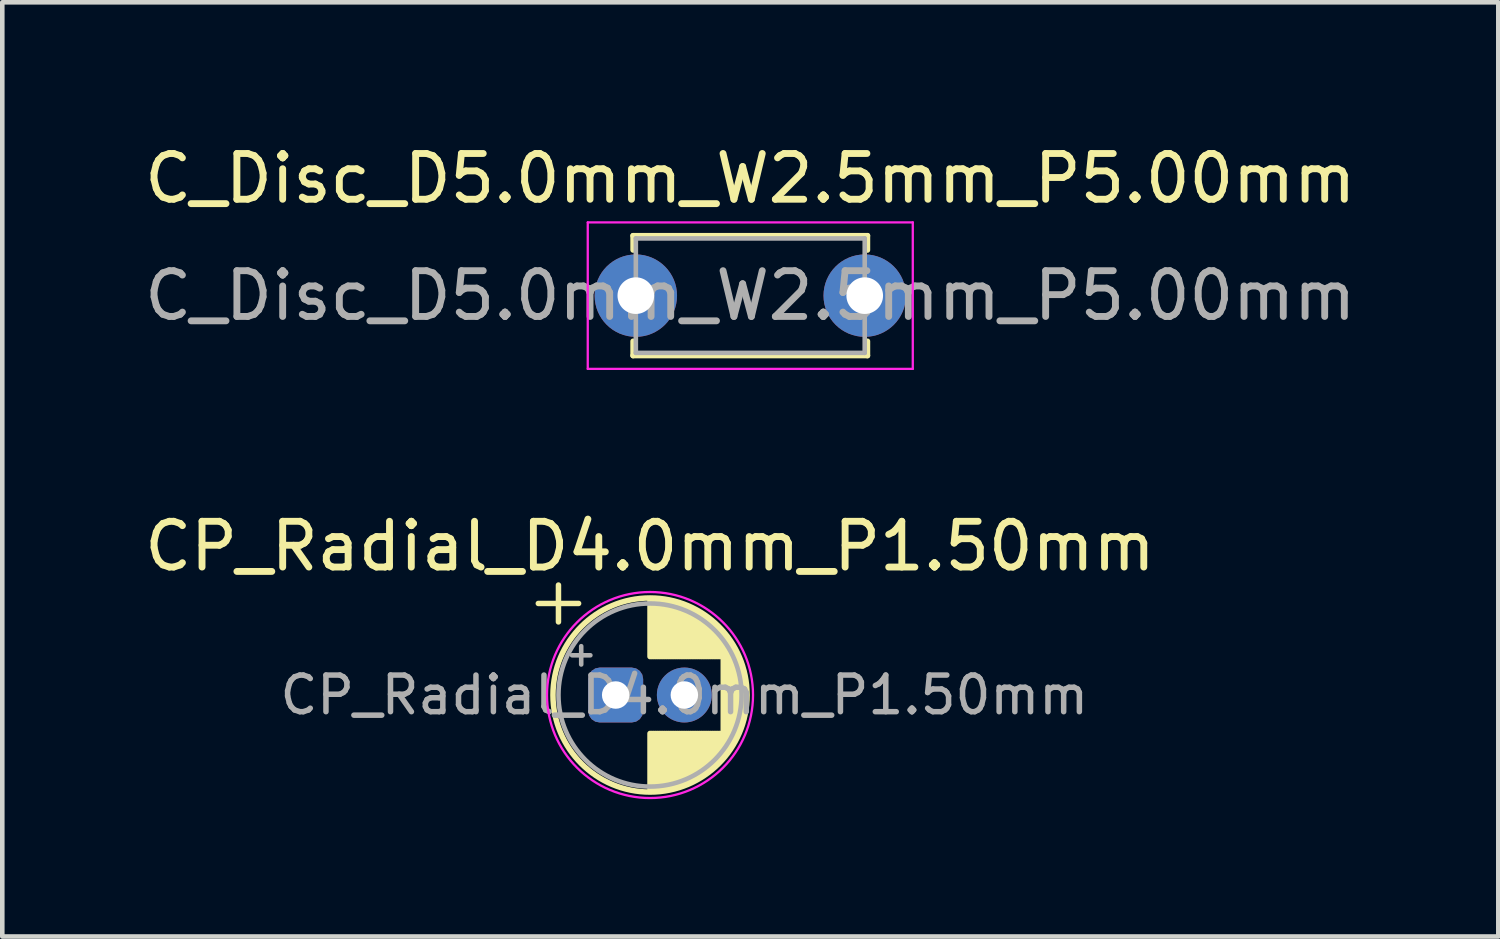
<source format=kicad_pcb>
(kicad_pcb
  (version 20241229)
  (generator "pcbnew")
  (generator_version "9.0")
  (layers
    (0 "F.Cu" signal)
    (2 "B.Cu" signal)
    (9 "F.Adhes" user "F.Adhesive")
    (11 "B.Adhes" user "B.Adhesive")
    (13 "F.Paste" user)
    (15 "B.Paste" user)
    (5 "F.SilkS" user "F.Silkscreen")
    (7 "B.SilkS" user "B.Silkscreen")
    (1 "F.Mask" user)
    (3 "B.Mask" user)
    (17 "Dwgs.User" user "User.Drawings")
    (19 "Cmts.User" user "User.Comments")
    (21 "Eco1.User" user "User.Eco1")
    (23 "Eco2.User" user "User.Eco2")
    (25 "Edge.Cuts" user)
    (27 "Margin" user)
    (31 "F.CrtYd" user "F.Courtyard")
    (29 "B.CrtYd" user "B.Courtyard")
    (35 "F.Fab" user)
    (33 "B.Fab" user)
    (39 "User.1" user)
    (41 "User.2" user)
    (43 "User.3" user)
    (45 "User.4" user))
  (footprint "C_Disc_D5.0mm_W2.5mm_P5.00mm"
    (layer "F.Cu")
    (at 10.839 3.408)
    (property "Reference" "C_Disc_D5.0mm_W2.5mm_P5.00mm" (at 2.5 -2.56 0) (layer "F.SilkS") (effects (font (size 1 1) (thickness 0.15))))
    (attr through_hole)
    (fp_line (start -0.06 -1.31) (end -0.06 -0.996) (stroke (width 0.12) (type solid)) (layer "F.SilkS"))
    (fp_line (start -0.06 -1.31) (end 5.06 -1.31) (stroke (width 0.12) (type solid)) (layer "F.SilkS"))
    (fp_line (start -0.06 0.996) (end -0.06 1.31) (stroke (width 0.12) (type solid)) (layer "F.SilkS"))
    (fp_line (start -0.06 1.31) (end 5.06 1.31) (stroke (width 0.12) (type solid)) (layer "F.SilkS"))
    (fp_line (start 5.06 -1.31) (end 5.06 -0.996) (stroke (width 0.12) (type solid)) (layer "F.SilkS"))
    (fp_line (start 5.06 0.996) (end 5.06 1.31) (stroke (width 0.12) (type solid)) (layer "F.SilkS"))
    (fp_line (start -1.05 -1.6) (end -1.05 1.6) (stroke (width 0.05) (type solid)) (layer "F.CrtYd"))
    (fp_line (start -1.05 1.6) (end 6.05 1.6) (stroke (width 0.05) (type solid)) (layer "F.CrtYd"))
    (fp_line (start 6.05 -1.6) (end -1.05 -1.6) (stroke (width 0.05) (type solid)) (layer "F.CrtYd"))
    (fp_line (start 6.05 1.6) (end 6.05 -1.6) (stroke (width 0.05) (type solid)) (layer "F.CrtYd"))
    (fp_line (start 0 -1.25) (end 0 1.25) (stroke (width 0.1) (type solid)) (layer "F.Fab"))
    (fp_line (start 0 1.25) (end 5 1.25) (stroke (width 0.1) (type solid)) (layer "F.Fab"))
    (fp_line (start 5 -1.25) (end 0 -1.25) (stroke (width 0.1) (type solid)) (layer "F.Fab"))
    (fp_line (start 5 1.25) (end 5 -1.25) (stroke (width 0.1) (type solid)) (layer "F.Fab"))
    (fp_text user "${REFERENCE}" (at 2.5 0 0) (layer "F.Fab") (effects (font (size 1 1) (thickness 0.15))))
    (pad "1" thru_hole circle (at 0 0) (size 1.8 1.8) (drill 0.8) (layers "*.Cu" "*.Mask"))
    (pad "2" thru_hole circle (at 5 0) (size 1.8 1.8) (drill 0.8) (layers "*.Cu" "*.Mask")))
  (footprint "CP_Radial_D4.0mm_P1.50mm"
    (layer "F.Cu")
    (at 11.149 12.132)
    (property "Reference" "CP_Radial_D4.0mm_P1.50mm" (at 0 -3.25 0) (layer "F.SilkS") (effects (font (size 1 1) (thickness 0.15))))
    (attr through_hole)
    (fp_line (start -2.44 -2) (end -1.56 -2) (stroke (width 0.12) (type solid)) (layer "F.SilkS"))
    (fp_line (start -2 -2.402) (end -2 -1.597) (stroke (width 0.12) (type solid)) (layer "F.SilkS"))
    (fp_line (start 0 -2.08) (end 0 -0.84) (stroke (width 0.12) (type solid)) (layer "F.SilkS"))
    (fp_line (start 0 0.84) (end 0 2.08) (stroke (width 0.12) (type solid)) (layer "F.SilkS"))
    (fp_line (start 0.04 -2.08) (end 0.04 -0.84) (stroke (width 0.12) (type solid)) (layer "F.SilkS"))
    (fp_line (start 0.04 0.84) (end 0.04 2.08) (stroke (width 0.12) (type solid)) (layer "F.SilkS"))
    (fp_line (start 0.08 -2.078) (end 0.08 -0.84) (stroke (width 0.12) (type solid)) (layer "F.SilkS"))
    (fp_line (start 0.08 0.84) (end 0.08 2.078) (stroke (width 0.12) (type solid)) (layer "F.SilkS"))
    (fp_line (start 0.12 -2.077) (end 0.12 -0.84) (stroke (width 0.12) (type solid)) (layer "F.SilkS"))
    (fp_line (start 0.12 0.84) (end 0.12 2.077) (stroke (width 0.12) (type solid)) (layer "F.SilkS"))
    (fp_line (start 0.16 -2.074) (end 0.16 -0.84) (stroke (width 0.12) (type solid)) (layer "F.SilkS"))
    (fp_line (start 0.16 0.84) (end 0.16 2.074) (stroke (width 0.12) (type solid)) (layer "F.SilkS"))
    (fp_line (start 0.2 -2.071) (end 0.2 -0.84) (stroke (width 0.12) (type solid)) (layer "F.SilkS"))
    (fp_line (start 0.2 0.84) (end 0.2 2.071) (stroke (width 0.12) (type solid)) (layer "F.SilkS"))
    (fp_line (start 0.24 -2.066) (end 0.24 -0.84) (stroke (width 0.12) (type solid)) (layer "F.SilkS"))
    (fp_line (start 0.24 0.84) (end 0.24 2.066) (stroke (width 0.12) (type solid)) (layer "F.SilkS"))
    (fp_line (start 0.28 -2.061) (end 0.28 -0.84) (stroke (width 0.12) (type solid)) (layer "F.SilkS"))
    (fp_line (start 0.28 0.84) (end 0.28 2.061) (stroke (width 0.12) (type solid)) (layer "F.SilkS"))
    (fp_line (start 0.32 -2.056) (end 0.32 -0.84) (stroke (width 0.12) (type solid)) (layer "F.SilkS"))
    (fp_line (start 0.32 0.84) (end 0.32 2.056) (stroke (width 0.12) (type solid)) (layer "F.SilkS"))
    (fp_line (start 0.36 -2.049) (end 0.36 -0.84) (stroke (width 0.12) (type solid)) (layer "F.SilkS"))
    (fp_line (start 0.36 0.84) (end 0.36 2.049) (stroke (width 0.12) (type solid)) (layer "F.SilkS"))
    (fp_line (start 0.4 -2.042) (end 0.4 -0.84) (stroke (width 0.12) (type solid)) (layer "F.SilkS"))
    (fp_line (start 0.4 0.84) (end 0.4 2.042) (stroke (width 0.12) (type solid)) (layer "F.SilkS"))
    (fp_line (start 0.44 -2.034) (end 0.44 -0.84) (stroke (width 0.12) (type solid)) (layer "F.SilkS"))
    (fp_line (start 0.44 0.84) (end 0.44 2.034) (stroke (width 0.12) (type solid)) (layer "F.SilkS"))
    (fp_line (start 0.48 -2.025) (end 0.48 -0.84) (stroke (width 0.12) (type solid)) (layer "F.SilkS"))
    (fp_line (start 0.48 0.84) (end 0.48 2.025) (stroke (width 0.12) (type solid)) (layer "F.SilkS"))
    (fp_line (start 0.52 -2.015) (end 0.52 -0.84) (stroke (width 0.12) (type solid)) (layer "F.SilkS"))
    (fp_line (start 0.52 0.84) (end 0.52 2.015) (stroke (width 0.12) (type solid)) (layer "F.SilkS"))
    (fp_line (start 0.56 -2.005) (end 0.56 -0.84) (stroke (width 0.12) (type solid)) (layer "F.SilkS"))
    (fp_line (start 0.56 0.84) (end 0.56 2.005) (stroke (width 0.12) (type solid)) (layer "F.SilkS"))
    (fp_line (start 0.6 -1.993) (end 0.6 -0.84) (stroke (width 0.12) (type solid)) (layer "F.SilkS"))
    (fp_line (start 0.6 0.84) (end 0.6 1.993) (stroke (width 0.12) (type solid)) (layer "F.SilkS"))
    (fp_line (start 0.64 -1.981) (end 0.64 -0.84) (stroke (width 0.12) (type solid)) (layer "F.SilkS"))
    (fp_line (start 0.64 0.84) (end 0.64 1.981) (stroke (width 0.12) (type solid)) (layer "F.SilkS"))
    (fp_line (start 0.68 -1.968) (end 0.68 -0.84) (stroke (width 0.12) (type solid)) (layer "F.SilkS"))
    (fp_line (start 0.68 0.84) (end 0.68 1.968) (stroke (width 0.12) (type solid)) (layer "F.SilkS"))
    (fp_line (start 0.72 -1.954) (end 0.72 -0.84) (stroke (width 0.12) (type solid)) (layer "F.SilkS"))
    (fp_line (start 0.72 0.84) (end 0.72 1.954) (stroke (width 0.12) (type solid)) (layer "F.SilkS"))
    (fp_line (start 0.76 -1.939) (end 0.76 -0.84) (stroke (width 0.12) (type solid)) (layer "F.SilkS"))
    (fp_line (start 0.76 0.84) (end 0.76 1.939) (stroke (width 0.12) (type solid)) (layer "F.SilkS"))
    (fp_line (start 0.8 -1.923) (end 0.8 -0.84) (stroke (width 0.12) (type solid)) (layer "F.SilkS"))
    (fp_line (start 0.8 0.84) (end 0.8 1.923) (stroke (width 0.12) (type solid)) (layer "F.SilkS"))
    (fp_line (start 0.84 -1.906) (end 0.84 -0.84) (stroke (width 0.12) (type solid)) (layer "F.SilkS"))
    (fp_line (start 0.84 0.84) (end 0.84 1.906) (stroke (width 0.12) (type solid)) (layer "F.SilkS"))
    (fp_line (start 0.88 -1.889) (end 0.88 -0.84) (stroke (width 0.12) (type solid)) (layer "F.SilkS"))
    (fp_line (start 0.88 0.84) (end 0.88 1.889) (stroke (width 0.12) (type solid)) (layer "F.SilkS"))
    (fp_line (start 0.92 -1.87) (end 0.92 -0.84) (stroke (width 0.12) (type solid)) (layer "F.SilkS"))
    (fp_line (start 0.92 0.84) (end 0.92 1.87) (stroke (width 0.12) (type solid)) (layer "F.SilkS"))
    (fp_line (start 0.96 -1.85) (end 0.96 -0.84) (stroke (width 0.12) (type solid)) (layer "F.SilkS"))
    (fp_line (start 0.96 0.84) (end 0.96 1.85) (stroke (width 0.12) (type solid)) (layer "F.SilkS"))
    (fp_line (start 1 -1.829) (end 1 -0.84) (stroke (width 0.12) (type solid)) (layer "F.SilkS"))
    (fp_line (start 1 0.84) (end 1 1.829) (stroke (width 0.12) (type solid)) (layer "F.SilkS"))
    (fp_line (start 1.04 -1.807) (end 1.04 -0.84) (stroke (width 0.12) (type solid)) (layer "F.SilkS"))
    (fp_line (start 1.04 0.84) (end 1.04 1.807) (stroke (width 0.12) (type solid)) (layer "F.SilkS"))
    (fp_line (start 1.08 -1.784) (end 1.08 -0.84) (stroke (width 0.12) (type solid)) (layer "F.SilkS"))
    (fp_line (start 1.08 0.84) (end 1.08 1.784) (stroke (width 0.12) (type solid)) (layer "F.SilkS"))
    (fp_line (start 1.12 -1.76) (end 1.12 -0.84) (stroke (width 0.12) (type solid)) (layer "F.SilkS"))
    (fp_line (start 1.12 0.84) (end 1.12 1.76) (stroke (width 0.12) (type solid)) (layer "F.SilkS"))
    (fp_line (start 1.16 -1.734) (end 1.16 -0.84) (stroke (width 0.12) (type solid)) (layer "F.SilkS"))
    (fp_line (start 1.16 0.84) (end 1.16 1.734) (stroke (width 0.12) (type solid)) (layer "F.SilkS"))
    (fp_line (start 1.2 -1.708) (end 1.2 -0.84) (stroke (width 0.12) (type solid)) (layer "F.SilkS"))
    (fp_line (start 1.2 0.84) (end 1.2 1.708) (stroke (width 0.12) (type solid)) (layer "F.SilkS"))
    (fp_line (start 1.24 -1.68) (end 1.24 -0.84) (stroke (width 0.12) (type solid)) (layer "F.SilkS"))
    (fp_line (start 1.24 0.84) (end 1.24 1.68) (stroke (width 0.12) (type solid)) (layer "F.SilkS"))
    (fp_line (start 1.28 -1.65) (end 1.28 -0.84) (stroke (width 0.12) (type solid)) (layer "F.SilkS"))
    (fp_line (start 1.28 0.84) (end 1.28 1.65) (stroke (width 0.12) (type solid)) (layer "F.SilkS"))
    (fp_line (start 1.32 -1.619) (end 1.32 -0.84) (stroke (width 0.12) (type solid)) (layer "F.SilkS"))
    (fp_line (start 1.32 0.84) (end 1.32 1.619) (stroke (width 0.12) (type solid)) (layer "F.SilkS"))
    (fp_line (start 1.36 -1.586) (end 1.36 -0.84) (stroke (width 0.12) (type solid)) (layer "F.SilkS"))
    (fp_line (start 1.36 0.84) (end 1.36 1.586) (stroke (width 0.12) (type solid)) (layer "F.SilkS"))
    (fp_line (start 1.4 -1.552) (end 1.4 -0.84) (stroke (width 0.12) (type solid)) (layer "F.SilkS"))
    (fp_line (start 1.4 0.84) (end 1.4 1.552) (stroke (width 0.12) (type solid)) (layer "F.SilkS"))
    (fp_line (start 1.44 -1.516) (end 1.44 -0.84) (stroke (width 0.12) (type solid)) (layer "F.SilkS"))
    (fp_line (start 1.44 0.84) (end 1.44 1.516) (stroke (width 0.12) (type solid)) (layer "F.SilkS"))
    (fp_line (start 1.48 -1.478) (end 1.48 -0.84) (stroke (width 0.12) (type solid)) (layer "F.SilkS"))
    (fp_line (start 1.48 0.84) (end 1.48 1.478) (stroke (width 0.12) (type solid)) (layer "F.SilkS"))
    (fp_line (start 1.52 -1.438) (end 1.52 -0.84) (stroke (width 0.12) (type solid)) (layer "F.SilkS"))
    (fp_line (start 1.52 0.84) (end 1.52 1.438) (stroke (width 0.12) (type solid)) (layer "F.SilkS"))
    (fp_line (start 1.56 -1.396) (end 1.56 -0.84) (stroke (width 0.12) (type solid)) (layer "F.SilkS"))
    (fp_line (start 1.56 0.84) (end 1.56 1.396) (stroke (width 0.12) (type solid)) (layer "F.SilkS"))
    (fp_line (start 1.6 -1.351) (end 1.6 1.351) (stroke (width 0.12) (type solid)) (layer "F.SilkS"))
    (fp_line (start 1.64 -1.303) (end 1.64 1.303) (stroke (width 0.12) (type solid)) (layer "F.SilkS"))
    (fp_line (start 1.68 -1.253) (end 1.68 1.253) (stroke (width 0.12) (type solid)) (layer "F.SilkS"))
    (fp_line (start 1.72 -1.199) (end 1.72 1.199) (stroke (width 0.12) (type solid)) (layer "F.SilkS"))
    (fp_line (start 1.76 -1.142) (end 1.76 1.142) (stroke (width 0.12) (type solid)) (layer "F.SilkS"))
    (fp_line (start 1.8 -1.08) (end 1.8 1.08) (stroke (width 0.12) (type solid)) (layer "F.SilkS"))
    (fp_line (start 1.84 -1.013) (end 1.84 1.013) (stroke (width 0.12) (type solid)) (layer "F.SilkS"))
    (fp_line (start 1.88 -0.94) (end 1.88 0.94) (stroke (width 0.12) (type solid)) (layer "F.SilkS"))
    (fp_line (start 1.92 -0.859) (end 1.92 0.859) (stroke (width 0.12) (type solid)) (layer "F.SilkS"))
    (fp_line (start 1.96 -0.768) (end 1.96 0.768) (stroke (width 0.12) (type solid)) (layer "F.SilkS"))
    (fp_line (start 2 -0.663) (end 2 0.663) (stroke (width 0.12) (type solid)) (layer "F.SilkS"))
    (fp_line (start 2.04 -0.537) (end 2.04 0.537) (stroke (width 0.12) (type solid)) (layer "F.SilkS"))
    (fp_line (start 2.08 -0.37) (end 2.08 0.37) (stroke (width 0.12) (type solid)) (layer "F.SilkS"))
    (fp_circle (center 0 0) (end 2.12 0) (stroke (width 0.12) (type solid)) (fill no) (layer "F.SilkS"))
    (fp_circle (center 0 0) (end 2.25 0) (stroke (width 0.05) (type solid)) (fill no) (layer "F.CrtYd"))
    (fp_line (start -1.703 -0.868) (end -1.303 -0.868) (stroke (width 0.1) (type solid)) (layer "F.Fab"))
    (fp_line (start -1.503 -1.067) (end -1.503 -0.667) (stroke (width 0.1) (type solid)) (layer "F.Fab"))
    (fp_circle (center 0 0) (end 2 0) (stroke (width 0.1) (type solid)) (fill no) (layer "F.Fab"))
    (fp_text user "${REFERENCE}" (at 0.75 0 0) (layer "F.Fab") (effects (font (size 0.8 0.8) (thickness 0.12))))
    (pad "1" thru_hole roundrect (at -0.75 0) (size 1.2 1.2) (drill 0.6) (layers "*.Cu" "*.Mask") (roundrect_rratio 0.208))
    (pad "2" thru_hole circle (at 0.75 0) (size 1.2 1.2) (drill 0.6) (layers "*.Cu" "*.Mask")))
  (gr_rect
    (start -3 -3)
    (end 29.679 17.407)
    (stroke (width 0.1) (type default))
    (fill no)
    (layer "Edge.Cuts")))
</source>
